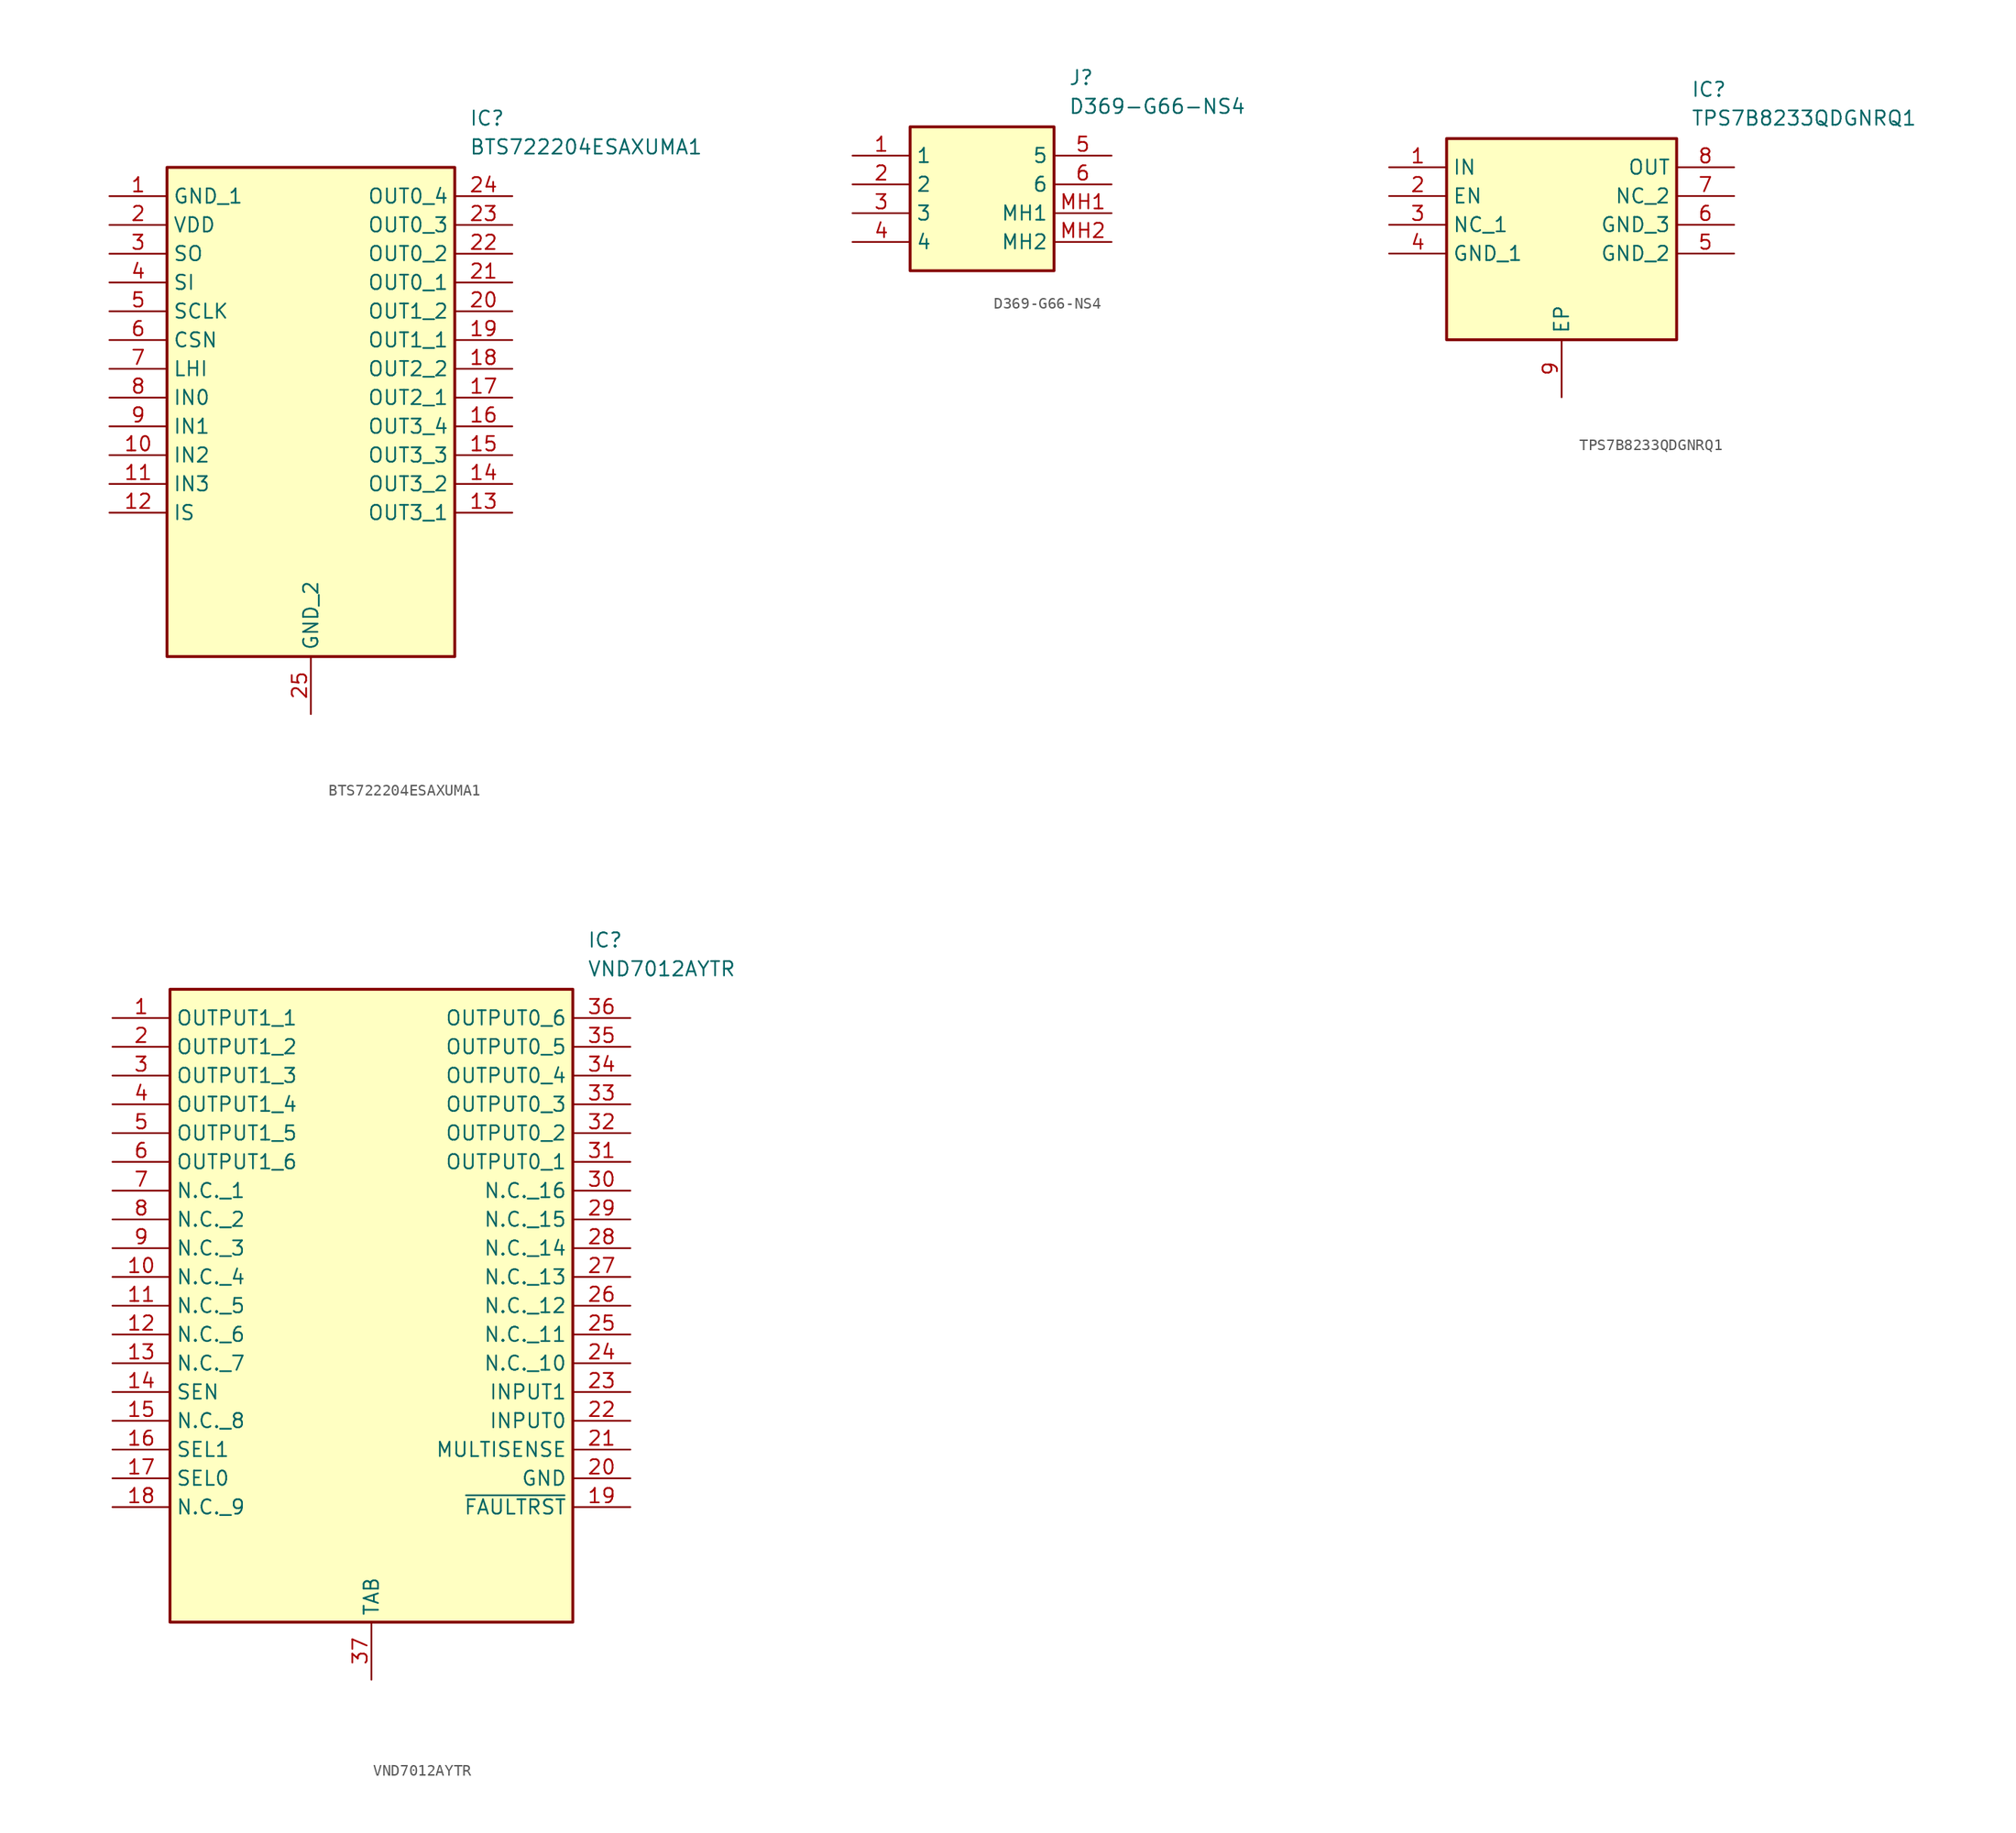
<source format=kicad_sym>
(kicad_symbol_lib
  (version 20211014)
  (generator SamacSys_ECAD_Model)
  (symbol "BTS722204ESAXUMA1"
    (property "Reference" "IC"
      (at 31.75 7.62 0)
      (effects (font (size 1.27 1.27)) (justify left top)))
    (property "Value" "BTS722204ESAXUMA1"
      (at 31.75 5.08 0)
      (effects (font (size 1.27 1.27)) (justify left top)))
    (rectangle
      (start 5.08 2.54)
      (end 30.48 -40.64)
      (stroke (width 0.254) (type default))
      (fill (type background)))
    (pin passive line
      (at 0 0 0)
      (length 5.08)
      (name "GND_1" (effects (font (size 1.27 1.27))))
      (number "1" (effects (font (size 1.27 1.27)))))
    (pin passive line
      (at 0 -2.54 0)
      (length 5.08)
      (name "VDD" (effects (font (size 1.27 1.27))))
      (number "2" (effects (font (size 1.27 1.27)))))
    (pin passive line
      (at 0 -5.08 0)
      (length 5.08)
      (name "SO" (effects (font (size 1.27 1.27))))
      (number "3" (effects (font (size 1.27 1.27)))))
    (pin passive line
      (at 0 -7.62 0)
      (length 5.08)
      (name "SI" (effects (font (size 1.27 1.27))))
      (number "4" (effects (font (size 1.27 1.27)))))
    (pin passive line
      (at 0 -10.16 0)
      (length 5.08)
      (name "SCLK" (effects (font (size 1.27 1.27))))
      (number "5" (effects (font (size 1.27 1.27)))))
    (pin passive line
      (at 0 -12.7 0)
      (length 5.08)
      (name "CSN" (effects (font (size 1.27 1.27))))
      (number "6" (effects (font (size 1.27 1.27)))))
    (pin passive line
      (at 0 -15.24 0)
      (length 5.08)
      (name "LHI" (effects (font (size 1.27 1.27))))
      (number "7" (effects (font (size 1.27 1.27)))))
    (pin passive line
      (at 0 -17.78 0)
      (length 5.08)
      (name "IN0" (effects (font (size 1.27 1.27))))
      (number "8" (effects (font (size 1.27 1.27)))))
    (pin passive line
      (at 0 -20.32 0)
      (length 5.08)
      (name "IN1" (effects (font (size 1.27 1.27))))
      (number "9" (effects (font (size 1.27 1.27)))))
    (pin passive line
      (at 0 -22.86 0)
      (length 5.08)
      (name "IN2" (effects (font (size 1.27 1.27))))
      (number "10" (effects (font (size 1.27 1.27)))))
    (pin passive line
      (at 0 -25.4 0)
      (length 5.08)
      (name "IN3" (effects (font (size 1.27 1.27))))
      (number "11" (effects (font (size 1.27 1.27)))))
    (pin passive line
      (at 0 -27.94 0)
      (length 5.08)
      (name "IS" (effects (font (size 1.27 1.27))))
      (number "12" (effects (font (size 1.27 1.27)))))
    (pin passive line
      (at 17.78 -45.72 90)
      (length 5.08)
      (name "GND_2" (effects (font (size 1.27 1.27))))
      (number "25" (effects (font (size 1.27 1.27)))))
    (pin passive line
      (at 35.56 0 180)
      (length 5.08)
      (name "OUT0_4" (effects (font (size 1.27 1.27))))
      (number "24" (effects (font (size 1.27 1.27)))))
    (pin passive line
      (at 35.56 -2.54 180)
      (length 5.08)
      (name "OUT0_3" (effects (font (size 1.27 1.27))))
      (number "23" (effects (font (size 1.27 1.27)))))
    (pin passive line
      (at 35.56 -5.08 180)
      (length 5.08)
      (name "OUT0_2" (effects (font (size 1.27 1.27))))
      (number "22" (effects (font (size 1.27 1.27)))))
    (pin passive line
      (at 35.56 -7.62 180)
      (length 5.08)
      (name "OUT0_1" (effects (font (size 1.27 1.27))))
      (number "21" (effects (font (size 1.27 1.27)))))
    (pin passive line
      (at 35.56 -10.16 180)
      (length 5.08)
      (name "OUT1_2" (effects (font (size 1.27 1.27))))
      (number "20" (effects (font (size 1.27 1.27)))))
    (pin passive line
      (at 35.56 -12.7 180)
      (length 5.08)
      (name "OUT1_1" (effects (font (size 1.27 1.27))))
      (number "19" (effects (font (size 1.27 1.27)))))
    (pin passive line
      (at 35.56 -15.24 180)
      (length 5.08)
      (name "OUT2_2" (effects (font (size 1.27 1.27))))
      (number "18" (effects (font (size 1.27 1.27)))))
    (pin passive line
      (at 35.56 -17.78 180)
      (length 5.08)
      (name "OUT2_1" (effects (font (size 1.27 1.27))))
      (number "17" (effects (font (size 1.27 1.27)))))
    (pin passive line
      (at 35.56 -20.32 180)
      (length 5.08)
      (name "OUT3_4" (effects (font (size 1.27 1.27))))
      (number "16" (effects (font (size 1.27 1.27)))))
    (pin passive line
      (at 35.56 -22.86 180)
      (length 5.08)
      (name "OUT3_3" (effects (font (size 1.27 1.27))))
      (number "15" (effects (font (size 1.27 1.27)))))
    (pin passive line
      (at 35.56 -25.4 180)
      (length 5.08)
      (name "OUT3_2" (effects (font (size 1.27 1.27))))
      (number "14" (effects (font (size 1.27 1.27)))))
    (pin passive line
      (at 35.56 -27.94 180)
      (length 5.08)
      (name "OUT3_1" (effects (font (size 1.27 1.27))))
      (number "13" (effects (font (size 1.27 1.27))))))
  (symbol "D369-G66-NS4"
    (property "Reference" "J"
      (at 19.05 7.62 0)
      (effects (font (size 1.27 1.27)) (justify left top)))
    (property "Value" "D369-G66-NS4"
      (at 19.05 5.08 0)
      (effects (font (size 1.27 1.27)) (justify left top)))
    (rectangle
      (start 5.08 2.54)
      (end 17.78 -10.16)
      (stroke (width 0.254) (type default))
      (fill (type background)))
    (pin passive line
      (at 0 0 0)
      (length 5.08)
      (name "1" (effects (font (size 1.27 1.27))))
      (number "1" (effects (font (size 1.27 1.27)))))
    (pin passive line
      (at 0 -2.54 0)
      (length 5.08)
      (name "2" (effects (font (size 1.27 1.27))))
      (number "2" (effects (font (size 1.27 1.27)))))
    (pin passive line
      (at 0 -5.08 0)
      (length 5.08)
      (name "3" (effects (font (size 1.27 1.27))))
      (number "3" (effects (font (size 1.27 1.27)))))
    (pin passive line
      (at 0 -7.62 0)
      (length 5.08)
      (name "4" (effects (font (size 1.27 1.27))))
      (number "4" (effects (font (size 1.27 1.27)))))
    (pin passive line
      (at 22.86 0 180)
      (length 5.08)
      (name "5" (effects (font (size 1.27 1.27))))
      (number "5" (effects (font (size 1.27 1.27)))))
    (pin passive line
      (at 22.86 -2.54 180)
      (length 5.08)
      (name "6" (effects (font (size 1.27 1.27))))
      (number "6" (effects (font (size 1.27 1.27)))))
    (pin passive line
      (at 22.86 -5.08 180)
      (length 5.08)
      (name "MH1" (effects (font (size 1.27 1.27))))
      (number "MH1" (effects (font (size 1.27 1.27)))))
    (pin passive line
      (at 22.86 -7.62 180)
      (length 5.08)
      (name "MH2" (effects (font (size 1.27 1.27))))
      (number "MH2" (effects (font (size 1.27 1.27))))))
  (symbol "TPS7B8233QDGNRQ1"
    (property "Reference" "IC"
      (at 26.67 7.62 0)
      (effects (font (size 1.27 1.27)) (justify left top)))
    (property "Value" "TPS7B8233QDGNRQ1"
      (at 26.67 5.08 0)
      (effects (font (size 1.27 1.27)) (justify left top)))
    (rectangle
      (start 5.08 2.54)
      (end 25.4 -15.24)
      (stroke (width 0.254) (type default))
      (fill (type background)))
    (pin passive line
      (at 0 0 0)
      (length 5.08)
      (name "IN" (effects (font (size 1.27 1.27))))
      (number "1" (effects (font (size 1.27 1.27)))))
    (pin passive line
      (at 0 -2.54 0)
      (length 5.08)
      (name "EN" (effects (font (size 1.27 1.27))))
      (number "2" (effects (font (size 1.27 1.27)))))
    (pin passive line
      (at 0 -5.08 0)
      (length 5.08)
      (name "NC_1" (effects (font (size 1.27 1.27))))
      (number "3" (effects (font (size 1.27 1.27)))))
    (pin passive line
      (at 0 -7.62 0)
      (length 5.08)
      (name "GND_1" (effects (font (size 1.27 1.27))))
      (number "4" (effects (font (size 1.27 1.27)))))
    (pin passive line
      (at 15.24 -20.32 90)
      (length 5.08)
      (name "EP" (effects (font (size 1.27 1.27))))
      (number "9" (effects (font (size 1.27 1.27)))))
    (pin passive line
      (at 30.48 0 180)
      (length 5.08)
      (name "OUT" (effects (font (size 1.27 1.27))))
      (number "8" (effects (font (size 1.27 1.27)))))
    (pin passive line
      (at 30.48 -2.54 180)
      (length 5.08)
      (name "NC_2" (effects (font (size 1.27 1.27))))
      (number "7" (effects (font (size 1.27 1.27)))))
    (pin passive line
      (at 30.48 -5.08 180)
      (length 5.08)
      (name "GND_3" (effects (font (size 1.27 1.27))))
      (number "6" (effects (font (size 1.27 1.27)))))
    (pin passive line
      (at 30.48 -7.62 180)
      (length 5.08)
      (name "GND_2" (effects (font (size 1.27 1.27))))
      (number "5" (effects (font (size 1.27 1.27))))))
  (symbol "VND7012AYTR"
    (property "Reference" "IC"
      (at 41.91 7.62 0)
      (effects (font (size 1.27 1.27)) (justify left top)))
    (property "Value" "VND7012AYTR"
      (at 41.91 5.08 0)
      (effects (font (size 1.27 1.27)) (justify left top)))
    (rectangle
      (start 5.08 2.54)
      (end 40.64 -53.34)
      (stroke (width 0.254) (type default))
      (fill (type background)))
    (pin passive line
      (at 0 0 0)
      (length 5.08)
      (name "OUTPUT1_1" (effects (font (size 1.27 1.27))))
      (number "1" (effects (font (size 1.27 1.27)))))
    (pin passive line
      (at 0 -2.54 0)
      (length 5.08)
      (name "OUTPUT1_2" (effects (font (size 1.27 1.27))))
      (number "2" (effects (font (size 1.27 1.27)))))
    (pin passive line
      (at 0 -5.08 0)
      (length 5.08)
      (name "OUTPUT1_3" (effects (font (size 1.27 1.27))))
      (number "3" (effects (font (size 1.27 1.27)))))
    (pin passive line
      (at 0 -7.62 0)
      (length 5.08)
      (name "OUTPUT1_4" (effects (font (size 1.27 1.27))))
      (number "4" (effects (font (size 1.27 1.27)))))
    (pin passive line
      (at 0 -10.16 0)
      (length 5.08)
      (name "OUTPUT1_5" (effects (font (size 1.27 1.27))))
      (number "5" (effects (font (size 1.27 1.27)))))
    (pin passive line
      (at 0 -12.7 0)
      (length 5.08)
      (name "OUTPUT1_6" (effects (font (size 1.27 1.27))))
      (number "6" (effects (font (size 1.27 1.27)))))
    (pin passive line
      (at 0 -15.24 0)
      (length 5.08)
      (name "N.C._1" (effects (font (size 1.27 1.27))))
      (number "7" (effects (font (size 1.27 1.27)))))
    (pin passive line
      (at 0 -17.78 0)
      (length 5.08)
      (name "N.C._2" (effects (font (size 1.27 1.27))))
      (number "8" (effects (font (size 1.27 1.27)))))
    (pin passive line
      (at 0 -20.32 0)
      (length 5.08)
      (name "N.C._3" (effects (font (size 1.27 1.27))))
      (number "9" (effects (font (size 1.27 1.27)))))
    (pin passive line
      (at 0 -22.86 0)
      (length 5.08)
      (name "N.C._4" (effects (font (size 1.27 1.27))))
      (number "10" (effects (font (size 1.27 1.27)))))
    (pin passive line
      (at 0 -25.4 0)
      (length 5.08)
      (name "N.C._5" (effects (font (size 1.27 1.27))))
      (number "11" (effects (font (size 1.27 1.27)))))
    (pin passive line
      (at 0 -27.94 0)
      (length 5.08)
      (name "N.C._6" (effects (font (size 1.27 1.27))))
      (number "12" (effects (font (size 1.27 1.27)))))
    (pin passive line
      (at 0 -30.48 0)
      (length 5.08)
      (name "N.C._7" (effects (font (size 1.27 1.27))))
      (number "13" (effects (font (size 1.27 1.27)))))
    (pin passive line
      (at 0 -33.02 0)
      (length 5.08)
      (name "SEN" (effects (font (size 1.27 1.27))))
      (number "14" (effects (font (size 1.27 1.27)))))
    (pin passive line
      (at 0 -35.56 0)
      (length 5.08)
      (name "N.C._8" (effects (font (size 1.27 1.27))))
      (number "15" (effects (font (size 1.27 1.27)))))
    (pin passive line
      (at 0 -38.1 0)
      (length 5.08)
      (name "SEL1" (effects (font (size 1.27 1.27))))
      (number "16" (effects (font (size 1.27 1.27)))))
    (pin passive line
      (at 0 -40.64 0)
      (length 5.08)
      (name "SEL0" (effects (font (size 1.27 1.27))))
      (number "17" (effects (font (size 1.27 1.27)))))
    (pin passive line
      (at 0 -43.18 0)
      (length 5.08)
      (name "N.C._9" (effects (font (size 1.27 1.27))))
      (number "18" (effects (font (size 1.27 1.27)))))
    (pin passive line
      (at 22.86 -58.42 90)
      (length 5.08)
      (name "TAB" (effects (font (size 1.27 1.27))))
      (number "37" (effects (font (size 1.27 1.27)))))
    (pin passive line
      (at 45.72 0 180)
      (length 5.08)
      (name "OUTPUT0_6" (effects (font (size 1.27 1.27))))
      (number "36" (effects (font (size 1.27 1.27)))))
    (pin passive line
      (at 45.72 -2.54 180)
      (length 5.08)
      (name "OUTPUT0_5" (effects (font (size 1.27 1.27))))
      (number "35" (effects (font (size 1.27 1.27)))))
    (pin passive line
      (at 45.72 -5.08 180)
      (length 5.08)
      (name "OUTPUT0_4" (effects (font (size 1.27 1.27))))
      (number "34" (effects (font (size 1.27 1.27)))))
    (pin passive line
      (at 45.72 -7.62 180)
      (length 5.08)
      (name "OUTPUT0_3" (effects (font (size 1.27 1.27))))
      (number "33" (effects (font (size 1.27 1.27)))))
    (pin passive line
      (at 45.72 -10.16 180)
      (length 5.08)
      (name "OUTPUT0_2" (effects (font (size 1.27 1.27))))
      (number "32" (effects (font (size 1.27 1.27)))))
    (pin passive line
      (at 45.72 -12.7 180)
      (length 5.08)
      (name "OUTPUT0_1" (effects (font (size 1.27 1.27))))
      (number "31" (effects (font (size 1.27 1.27)))))
    (pin passive line
      (at 45.72 -15.24 180)
      (length 5.08)
      (name "N.C._16" (effects (font (size 1.27 1.27))))
      (number "30" (effects (font (size 1.27 1.27)))))
    (pin passive line
      (at 45.72 -17.78 180)
      (length 5.08)
      (name "N.C._15" (effects (font (size 1.27 1.27))))
      (number "29" (effects (font (size 1.27 1.27)))))
    (pin passive line
      (at 45.72 -20.32 180)
      (length 5.08)
      (name "N.C._14" (effects (font (size 1.27 1.27))))
      (number "28" (effects (font (size 1.27 1.27)))))
    (pin passive line
      (at 45.72 -22.86 180)
      (length 5.08)
      (name "N.C._13" (effects (font (size 1.27 1.27))))
      (number "27" (effects (font (size 1.27 1.27)))))
    (pin passive line
      (at 45.72 -25.4 180)
      (length 5.08)
      (name "N.C._12" (effects (font (size 1.27 1.27))))
      (number "26" (effects (font (size 1.27 1.27)))))
    (pin passive line
      (at 45.72 -27.94 180)
      (length 5.08)
      (name "N.C._11" (effects (font (size 1.27 1.27))))
      (number "25" (effects (font (size 1.27 1.27)))))
    (pin passive line
      (at 45.72 -30.48 180)
      (length 5.08)
      (name "N.C._10" (effects (font (size 1.27 1.27))))
      (number "24" (effects (font (size 1.27 1.27)))))
    (pin passive line
      (at 45.72 -33.02 180)
      (length 5.08)
      (name "INPUT1" (effects (font (size 1.27 1.27))))
      (number "23" (effects (font (size 1.27 1.27)))))
    (pin passive line
      (at 45.72 -35.56 180)
      (length 5.08)
      (name "INPUT0" (effects (font (size 1.27 1.27))))
      (number "22" (effects (font (size 1.27 1.27)))))
    (pin passive line
      (at 45.72 -38.1 180)
      (length 5.08)
      (name "MULTISENSE" (effects (font (size 1.27 1.27))))
      (number "21" (effects (font (size 1.27 1.27)))))
    (pin passive line
      (at 45.72 -40.64 180)
      (length 5.08)
      (name "GND" (effects (font (size 1.27 1.27))))
      (number "20" (effects (font (size 1.27 1.27)))))
    (pin passive line
      (at 45.72 -43.18 180)
      (length 5.08)
      (name "~{FAULTRST}" (effects (font (size 1.27 1.27))))
      (number "19" (effects (font (size 1.27 1.27)))))))
</source>
